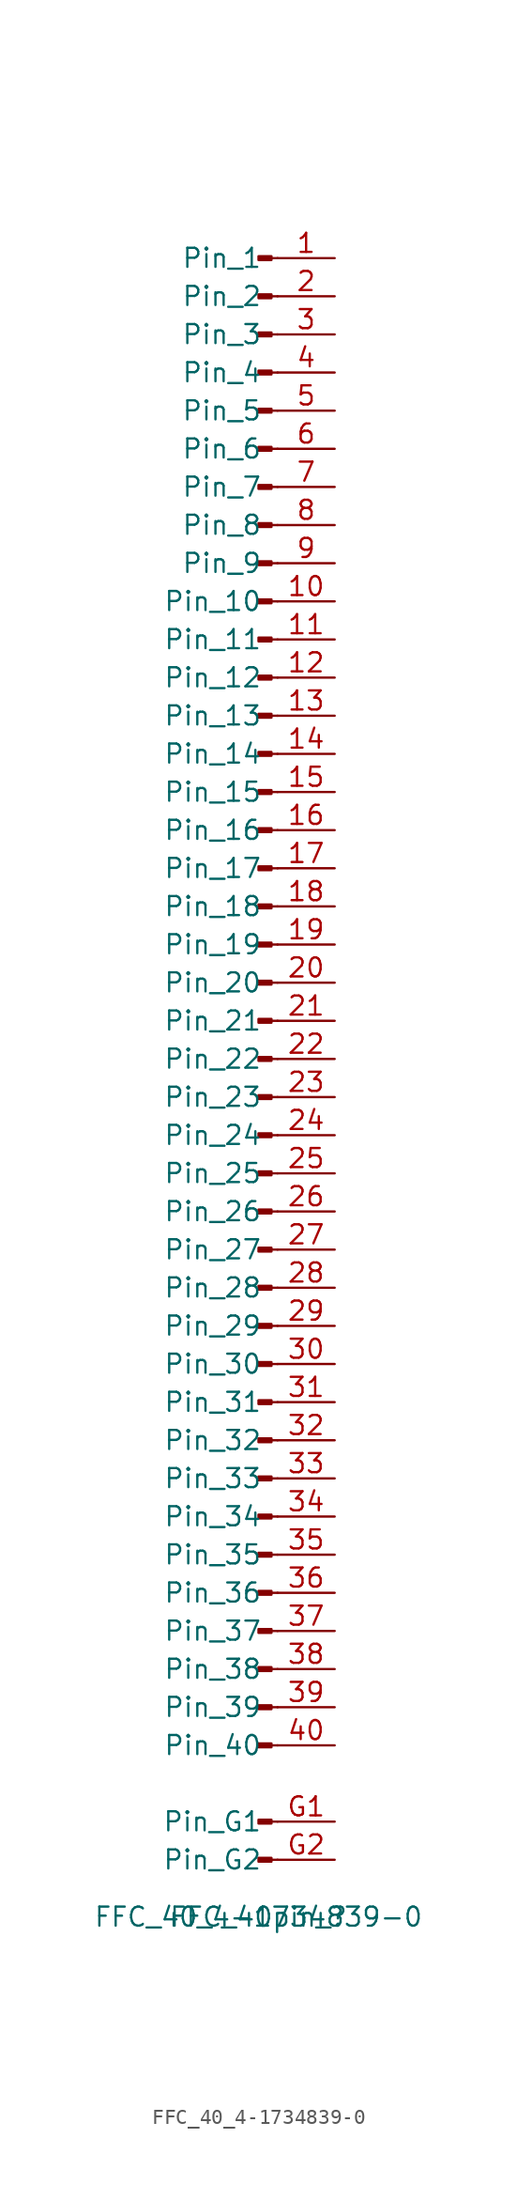
<source format=kicad_sym>
(kicad_symbol_lib
  (version 20211014)
  (generator kicad_symbol_editor)
  (symbol "FFC_40_4-1734839-0"
    (pin_names
      (offset 1.016))
    (property "Reference" "FFC_40pin_"
      (at 0 -62.23 0)
      (effects (font (size 1.27 1.27))))
    (property "Value" "FFC_40_4-1734839-0"
      (at 0 -62.23 0)
      (effects (font (size 1.27 1.27))))
    (symbol "FFC_40_4-1734839-0_1_1"
      (polyline (pts (xy 1.27 -58.42) (xy 0.864 -58.42)) (stroke (width 0.152) (type default) (color 0 0 0 0)) (fill (type none)))
      (polyline (pts (xy 1.27 -55.88) (xy 0.864 -55.88)) (stroke (width 0.152) (type default) (color 0 0 0 0)) (fill (type none)))
      (polyline (pts (xy 1.27 -50.8) (xy 0.864 -50.8)) (stroke (width 0.152) (type default) (color 0 0 0 0)) (fill (type none)))
      (polyline (pts (xy 1.27 -48.26) (xy 0.864 -48.26)) (stroke (width 0.152) (type default) (color 0 0 0 0)) (fill (type none)))
      (polyline (pts (xy 1.27 -45.72) (xy 0.864 -45.72)) (stroke (width 0.152) (type default) (color 0 0 0 0)) (fill (type none)))
      (polyline (pts (xy 1.27 -43.18) (xy 0.864 -43.18)) (stroke (width 0.152) (type default) (color 0 0 0 0)) (fill (type none)))
      (polyline (pts (xy 1.27 -40.64) (xy 0.864 -40.64)) (stroke (width 0.152) (type default) (color 0 0 0 0)) (fill (type none)))
      (polyline (pts (xy 1.27 -38.1) (xy 0.864 -38.1)) (stroke (width 0.152) (type default) (color 0 0 0 0)) (fill (type none)))
      (polyline (pts (xy 1.27 -35.56) (xy 0.864 -35.56)) (stroke (width 0.152) (type default) (color 0 0 0 0)) (fill (type none)))
      (polyline (pts (xy 1.27 -33.02) (xy 0.864 -33.02)) (stroke (width 0.152) (type default) (color 0 0 0 0)) (fill (type none)))
      (polyline (pts (xy 1.27 -30.48) (xy 0.864 -30.48)) (stroke (width 0.152) (type default) (color 0 0 0 0)) (fill (type none)))
      (polyline (pts (xy 1.27 -27.94) (xy 0.864 -27.94)) (stroke (width 0.152) (type default) (color 0 0 0 0)) (fill (type none)))
      (polyline (pts (xy 1.27 -25.4) (xy 0.864 -25.4)) (stroke (width 0.152) (type default) (color 0 0 0 0)) (fill (type none)))
      (polyline (pts (xy 1.27 -22.86) (xy 0.864 -22.86)) (stroke (width 0.152) (type default) (color 0 0 0 0)) (fill (type none)))
      (polyline (pts (xy 1.27 -20.32) (xy 0.864 -20.32)) (stroke (width 0.152) (type default) (color 0 0 0 0)) (fill (type none)))
      (polyline (pts (xy 1.27 -17.78) (xy 0.864 -17.78)) (stroke (width 0.152) (type default) (color 0 0 0 0)) (fill (type none)))
      (polyline (pts (xy 1.27 -15.24) (xy 0.864 -15.24)) (stroke (width 0.152) (type default) (color 0 0 0 0)) (fill (type none)))
      (polyline (pts (xy 1.27 -12.7) (xy 0.864 -12.7)) (stroke (width 0.152) (type default) (color 0 0 0 0)) (fill (type none)))
      (polyline (pts (xy 1.27 -10.16) (xy 0.864 -10.16)) (stroke (width 0.152) (type default) (color 0 0 0 0)) (fill (type none)))
      (polyline (pts (xy 1.27 -7.62) (xy 0.864 -7.62)) (stroke (width 0.152) (type default) (color 0 0 0 0)) (fill (type none)))
      (polyline (pts (xy 1.27 -5.08) (xy 0.864 -5.08)) (stroke (width 0.152) (type default) (color 0 0 0 0)) (fill (type none)))
      (polyline (pts (xy 1.27 -2.54) (xy 0.864 -2.54)) (stroke (width 0.152) (type default) (color 0 0 0 0)) (fill (type none)))
      (polyline (pts (xy 1.27 0) (xy 0.864 0)) (stroke (width 0.152) (type default) (color 0 0 0 0)) (fill (type none)))
      (polyline (pts (xy 1.27 2.54) (xy 0.864 2.54)) (stroke (width 0.152) (type default) (color 0 0 0 0)) (fill (type none)))
      (polyline (pts (xy 1.27 5.08) (xy 0.864 5.08)) (stroke (width 0.152) (type default) (color 0 0 0 0)) (fill (type none)))
      (polyline (pts (xy 1.27 7.62) (xy 0.864 7.62)) (stroke (width 0.152) (type default) (color 0 0 0 0)) (fill (type none)))
      (polyline (pts (xy 1.27 10.16) (xy 0.864 10.16)) (stroke (width 0.152) (type default) (color 0 0 0 0)) (fill (type none)))
      (polyline (pts (xy 1.27 12.7) (xy 0.864 12.7)) (stroke (width 0.152) (type default) (color 0 0 0 0)) (fill (type none)))
      (polyline (pts (xy 1.27 15.24) (xy 0.864 15.24)) (stroke (width 0.152) (type default) (color 0 0 0 0)) (fill (type none)))
      (polyline (pts (xy 1.27 17.78) (xy 0.864 17.78)) (stroke (width 0.152) (type default) (color 0 0 0 0)) (fill (type none)))
      (polyline (pts (xy 1.27 20.32) (xy 0.864 20.32)) (stroke (width 0.152) (type default) (color 0 0 0 0)) (fill (type none)))
      (polyline (pts (xy 1.27 22.86) (xy 0.864 22.86)) (stroke (width 0.152) (type default) (color 0 0 0 0)) (fill (type none)))
      (polyline (pts (xy 1.27 25.4) (xy 0.864 25.4)) (stroke (width 0.152) (type default) (color 0 0 0 0)) (fill (type none)))
      (polyline (pts (xy 1.27 27.94) (xy 0.864 27.94)) (stroke (width 0.152) (type default) (color 0 0 0 0)) (fill (type none)))
      (polyline (pts (xy 1.27 30.48) (xy 0.864 30.48)) (stroke (width 0.152) (type default) (color 0 0 0 0)) (fill (type none)))
      (polyline (pts (xy 1.27 33.02) (xy 0.864 33.02)) (stroke (width 0.152) (type default) (color 0 0 0 0)) (fill (type none)))
      (polyline (pts (xy 1.27 35.56) (xy 0.864 35.56)) (stroke (width 0.152) (type default) (color 0 0 0 0)) (fill (type none)))
      (polyline (pts (xy 1.27 38.1) (xy 0.864 38.1)) (stroke (width 0.152) (type default) (color 0 0 0 0)) (fill (type none)))
      (polyline (pts (xy 1.27 40.64) (xy 0.864 40.64)) (stroke (width 0.152) (type default) (color 0 0 0 0)) (fill (type none)))
      (polyline (pts (xy 1.27 43.18) (xy 0.864 43.18)) (stroke (width 0.152) (type default) (color 0 0 0 0)) (fill (type none)))
      (polyline (pts (xy 1.27 45.72) (xy 0.864 45.72)) (stroke (width 0.152) (type default) (color 0 0 0 0)) (fill (type none)))
      (polyline (pts (xy 1.27 48.26) (xy 0.864 48.26)) (stroke (width 0.152) (type default) (color 0 0 0 0)) (fill (type none)))
      (rectangle (start 0.864 -58.293) (end 0 -58.547) (stroke (width 0.152) (type default) (color 0 0 0 0)) (fill (type outline)))
      (rectangle (start 0.864 -55.753) (end 0 -56.007) (stroke (width 0.152) (type default) (color 0 0 0 0)) (fill (type outline)))
      (rectangle (start 0.864 -50.673) (end 0 -50.927) (stroke (width 0.152) (type default) (color 0 0 0 0)) (fill (type outline)))
      (rectangle (start 0.864 -48.133) (end 0 -48.387) (stroke (width 0.152) (type default) (color 0 0 0 0)) (fill (type outline)))
      (rectangle (start 0.864 -45.593) (end 0 -45.847) (stroke (width 0.152) (type default) (color 0 0 0 0)) (fill (type outline)))
      (rectangle (start 0.864 -43.053) (end 0 -43.307) (stroke (width 0.152) (type default) (color 0 0 0 0)) (fill (type outline)))
      (rectangle (start 0.864 -40.513) (end 0 -40.767) (stroke (width 0.152) (type default) (color 0 0 0 0)) (fill (type outline)))
      (rectangle (start 0.864 -37.973) (end 0 -38.227) (stroke (width 0.152) (type default) (color 0 0 0 0)) (fill (type outline)))
      (rectangle (start 0.864 -35.433) (end 0 -35.687) (stroke (width 0.152) (type default) (color 0 0 0 0)) (fill (type outline)))
      (rectangle (start 0.864 -32.893) (end 0 -33.147) (stroke (width 0.152) (type default) (color 0 0 0 0)) (fill (type outline)))
      (rectangle (start 0.864 -30.353) (end 0 -30.607) (stroke (width 0.152) (type default) (color 0 0 0 0)) (fill (type outline)))
      (rectangle (start 0.864 -27.813) (end 0 -28.067) (stroke (width 0.152) (type default) (color 0 0 0 0)) (fill (type outline)))
      (rectangle (start 0.864 -25.273) (end 0 -25.527) (stroke (width 0.152) (type default) (color 0 0 0 0)) (fill (type outline)))
      (rectangle (start 0.864 -22.733) (end 0 -22.987) (stroke (width 0.152) (type default) (color 0 0 0 0)) (fill (type outline)))
      (rectangle (start 0.864 -20.193) (end 0 -20.447) (stroke (width 0.152) (type default) (color 0 0 0 0)) (fill (type outline)))
      (rectangle (start 0.864 -17.653) (end 0 -17.907) (stroke (width 0.152) (type default) (color 0 0 0 0)) (fill (type outline)))
      (rectangle (start 0.864 -15.113) (end 0 -15.367) (stroke (width 0.152) (type default) (color 0 0 0 0)) (fill (type outline)))
      (rectangle (start 0.864 -12.573) (end 0 -12.827) (stroke (width 0.152) (type default) (color 0 0 0 0)) (fill (type outline)))
      (rectangle (start 0.864 -10.033) (end 0 -10.287) (stroke (width 0.152) (type default) (color 0 0 0 0)) (fill (type outline)))
      (rectangle (start 0.864 -7.493) (end 0 -7.747) (stroke (width 0.152) (type default) (color 0 0 0 0)) (fill (type outline)))
      (rectangle (start 0.864 -4.953) (end 0 -5.207) (stroke (width 0.152) (type default) (color 0 0 0 0)) (fill (type outline)))
      (rectangle (start 0.864 -2.413) (end 0 -2.667) (stroke (width 0.152) (type default) (color 0 0 0 0)) (fill (type outline)))
      (rectangle (start 0.864 0.127) (end 0 -0.127) (stroke (width 0.152) (type default) (color 0 0 0 0)) (fill (type outline)))
      (rectangle (start 0.864 2.667) (end 0 2.413) (stroke (width 0.152) (type default) (color 0 0 0 0)) (fill (type outline)))
      (rectangle (start 0.864 5.207) (end 0 4.953) (stroke (width 0.152) (type default) (color 0 0 0 0)) (fill (type outline)))
      (rectangle (start 0.864 7.747) (end 0 7.493) (stroke (width 0.152) (type default) (color 0 0 0 0)) (fill (type outline)))
      (rectangle (start 0.864 10.287) (end 0 10.033) (stroke (width 0.152) (type default) (color 0 0 0 0)) (fill (type outline)))
      (rectangle (start 0.864 12.827) (end 0 12.573) (stroke (width 0.152) (type default) (color 0 0 0 0)) (fill (type outline)))
      (rectangle (start 0.864 15.367) (end 0 15.113) (stroke (width 0.152) (type default) (color 0 0 0 0)) (fill (type outline)))
      (rectangle (start 0.864 17.907) (end 0 17.653) (stroke (width 0.152) (type default) (color 0 0 0 0)) (fill (type outline)))
      (rectangle (start 0.864 20.447) (end 0 20.193) (stroke (width 0.152) (type default) (color 0 0 0 0)) (fill (type outline)))
      (rectangle (start 0.864 22.987) (end 0 22.733) (stroke (width 0.152) (type default) (color 0 0 0 0)) (fill (type outline)))
      (rectangle (start 0.864 25.527) (end 0 25.273) (stroke (width 0.152) (type default) (color 0 0 0 0)) (fill (type outline)))
      (rectangle (start 0.864 28.067) (end 0 27.813) (stroke (width 0.152) (type default) (color 0 0 0 0)) (fill (type outline)))
      (rectangle (start 0.864 30.607) (end 0 30.353) (stroke (width 0.152) (type default) (color 0 0 0 0)) (fill (type outline)))
      (rectangle (start 0.864 33.147) (end 0 32.893) (stroke (width 0.152) (type default) (color 0 0 0 0)) (fill (type outline)))
      (rectangle (start 0.864 35.687) (end 0 35.433) (stroke (width 0.152) (type default) (color 0 0 0 0)) (fill (type outline)))
      (rectangle (start 0.864 38.227) (end 0 37.973) (stroke (width 0.152) (type default) (color 0 0 0 0)) (fill (type outline)))
      (rectangle (start 0.864 40.767) (end 0 40.513) (stroke (width 0.152) (type default) (color 0 0 0 0)) (fill (type outline)))
      (rectangle (start 0.864 43.307) (end 0 43.053) (stroke (width 0.152) (type default) (color 0 0 0 0)) (fill (type outline)))
      (rectangle (start 0.864 45.847) (end 0 45.593) (stroke (width 0.152) (type default) (color 0 0 0 0)) (fill (type outline)))
      (rectangle (start 0.864 48.387) (end 0 48.133) (stroke (width 0.152) (type default) (color 0 0 0 0)) (fill (type outline)))
      (pin passive line (at 5.08 48.26 180) (length 3.81) (name "Pin_1" (effects (font (size 1.27 1.27)))) (number "1" (effects (font (size 1.27 1.27)))))
      (pin passive line (at 5.08 25.4 180) (length 3.81) (name "Pin_10" (effects (font (size 1.27 1.27)))) (number "10" (effects (font (size 1.27 1.27)))))
      (pin passive line (at 5.08 22.86 180) (length 3.81) (name "Pin_11" (effects (font (size 1.27 1.27)))) (number "11" (effects (font (size 1.27 1.27)))))
      (pin passive line (at 5.08 20.32 180) (length 3.81) (name "Pin_12" (effects (font (size 1.27 1.27)))) (number "12" (effects (font (size 1.27 1.27)))))
      (pin passive line (at 5.08 17.78 180) (length 3.81) (name "Pin_13" (effects (font (size 1.27 1.27)))) (number "13" (effects (font (size 1.27 1.27)))))
      (pin passive line (at 5.08 15.24 180) (length 3.81) (name "Pin_14" (effects (font (size 1.27 1.27)))) (number "14" (effects (font (size 1.27 1.27)))))
      (pin passive line (at 5.08 12.7 180) (length 3.81) (name "Pin_15" (effects (font (size 1.27 1.27)))) (number "15" (effects (font (size 1.27 1.27)))))
      (pin passive line (at 5.08 10.16 180) (length 3.81) (name "Pin_16" (effects (font (size 1.27 1.27)))) (number "16" (effects (font (size 1.27 1.27)))))
      (pin passive line (at 5.08 7.62 180) (length 3.81) (name "Pin_17" (effects (font (size 1.27 1.27)))) (number "17" (effects (font (size 1.27 1.27)))))
      (pin passive line (at 5.08 5.08 180) (length 3.81) (name "Pin_18" (effects (font (size 1.27 1.27)))) (number "18" (effects (font (size 1.27 1.27)))))
      (pin passive line (at 5.08 2.54 180) (length 3.81) (name "Pin_19" (effects (font (size 1.27 1.27)))) (number "19" (effects (font (size 1.27 1.27)))))
      (pin passive line (at 5.08 45.72 180) (length 3.81) (name "Pin_2" (effects (font (size 1.27 1.27)))) (number "2" (effects (font (size 1.27 1.27)))))
      (pin passive line (at 5.08 0 180) (length 3.81) (name "Pin_20" (effects (font (size 1.27 1.27)))) (number "20" (effects (font (size 1.27 1.27)))))
      (pin passive line (at 5.08 -2.54 180) (length 3.81) (name "Pin_21" (effects (font (size 1.27 1.27)))) (number "21" (effects (font (size 1.27 1.27)))))
      (pin passive line (at 5.08 -5.08 180) (length 3.81) (name "Pin_22" (effects (font (size 1.27 1.27)))) (number "22" (effects (font (size 1.27 1.27)))))
      (pin passive line (at 5.08 -7.62 180) (length 3.81) (name "Pin_23" (effects (font (size 1.27 1.27)))) (number "23" (effects (font (size 1.27 1.27)))))
      (pin passive line (at 5.08 -10.16 180) (length 3.81) (name "Pin_24" (effects (font (size 1.27 1.27)))) (number "24" (effects (font (size 1.27 1.27)))))
      (pin passive line (at 5.08 -12.7 180) (length 3.81) (name "Pin_25" (effects (font (size 1.27 1.27)))) (number "25" (effects (font (size 1.27 1.27)))))
      (pin passive line (at 5.08 -15.24 180) (length 3.81) (name "Pin_26" (effects (font (size 1.27 1.27)))) (number "26" (effects (font (size 1.27 1.27)))))
      (pin passive line (at 5.08 -17.78 180) (length 3.81) (name "Pin_27" (effects (font (size 1.27 1.27)))) (number "27" (effects (font (size 1.27 1.27)))))
      (pin passive line (at 5.08 -20.32 180) (length 3.81) (name "Pin_28" (effects (font (size 1.27 1.27)))) (number "28" (effects (font (size 1.27 1.27)))))
      (pin passive line (at 5.08 -22.86 180) (length 3.81) (name "Pin_29" (effects (font (size 1.27 1.27)))) (number "29" (effects (font (size 1.27 1.27)))))
      (pin passive line (at 5.08 43.18 180) (length 3.81) (name "Pin_3" (effects (font (size 1.27 1.27)))) (number "3" (effects (font (size 1.27 1.27)))))
      (pin passive line (at 5.08 -25.4 180) (length 3.81) (name "Pin_30" (effects (font (size 1.27 1.27)))) (number "30" (effects (font (size 1.27 1.27)))))
      (pin passive line (at 5.08 -27.94 180) (length 3.81) (name "Pin_31" (effects (font (size 1.27 1.27)))) (number "31" (effects (font (size 1.27 1.27)))))
      (pin passive line (at 5.08 -30.48 180) (length 3.81) (name "Pin_32" (effects (font (size 1.27 1.27)))) (number "32" (effects (font (size 1.27 1.27)))))
      (pin passive line (at 5.08 -33.02 180) (length 3.81) (name "Pin_33" (effects (font (size 1.27 1.27)))) (number "33" (effects (font (size 1.27 1.27)))))
      (pin passive line (at 5.08 -35.56 180) (length 3.81) (name "Pin_34" (effects (font (size 1.27 1.27)))) (number "34" (effects (font (size 1.27 1.27)))))
      (pin passive line (at 5.08 -38.1 180) (length 3.81) (name "Pin_35" (effects (font (size 1.27 1.27)))) (number "35" (effects (font (size 1.27 1.27)))))
      (pin passive line (at 5.08 -40.64 180) (length 3.81) (name "Pin_36" (effects (font (size 1.27 1.27)))) (number "36" (effects (font (size 1.27 1.27)))))
      (pin passive line (at 5.08 -43.18 180) (length 3.81) (name "Pin_37" (effects (font (size 1.27 1.27)))) (number "37" (effects (font (size 1.27 1.27)))))
      (pin passive line (at 5.08 -45.72 180) (length 3.81) (name "Pin_38" (effects (font (size 1.27 1.27)))) (number "38" (effects (font (size 1.27 1.27)))))
      (pin passive line (at 5.08 -48.26 180) (length 3.81) (name "Pin_39" (effects (font (size 1.27 1.27)))) (number "39" (effects (font (size 1.27 1.27)))))
      (pin passive line (at 5.08 40.64 180) (length 3.81) (name "Pin_4" (effects (font (size 1.27 1.27)))) (number "4" (effects (font (size 1.27 1.27)))))
      (pin passive line (at 5.08 -50.8 180) (length 3.81) (name "Pin_40" (effects (font (size 1.27 1.27)))) (number "40" (effects (font (size 1.27 1.27)))))
      (pin passive line (at 5.08 38.1 180) (length 3.81) (name "Pin_5" (effects (font (size 1.27 1.27)))) (number "5" (effects (font (size 1.27 1.27)))))
      (pin passive line (at 5.08 35.56 180) (length 3.81) (name "Pin_6" (effects (font (size 1.27 1.27)))) (number "6" (effects (font (size 1.27 1.27)))))
      (pin passive line (at 5.08 33.02 180) (length 3.81) (name "Pin_7" (effects (font (size 1.27 1.27)))) (number "7" (effects (font (size 1.27 1.27)))))
      (pin passive line (at 5.08 30.48 180) (length 3.81) (name "Pin_8" (effects (font (size 1.27 1.27)))) (number "8" (effects (font (size 1.27 1.27)))))
      (pin passive line (at 5.08 27.94 180) (length 3.81) (name "Pin_9" (effects (font (size 1.27 1.27)))) (number "9" (effects (font (size 1.27 1.27)))))
      (pin passive line (at 5.08 -55.88 180) (length 3.81) (name "Pin_G1" (effects (font (size 1.27 1.27)))) (number "G1" (effects (font (size 1.27 1.27)))))
      (pin passive line (at 5.08 -58.42 180) (length 3.81) (name "Pin_G2" (effects (font (size 1.27 1.27)))) (number "G2" (effects (font (size 1.27 1.27))))))))
</source>
